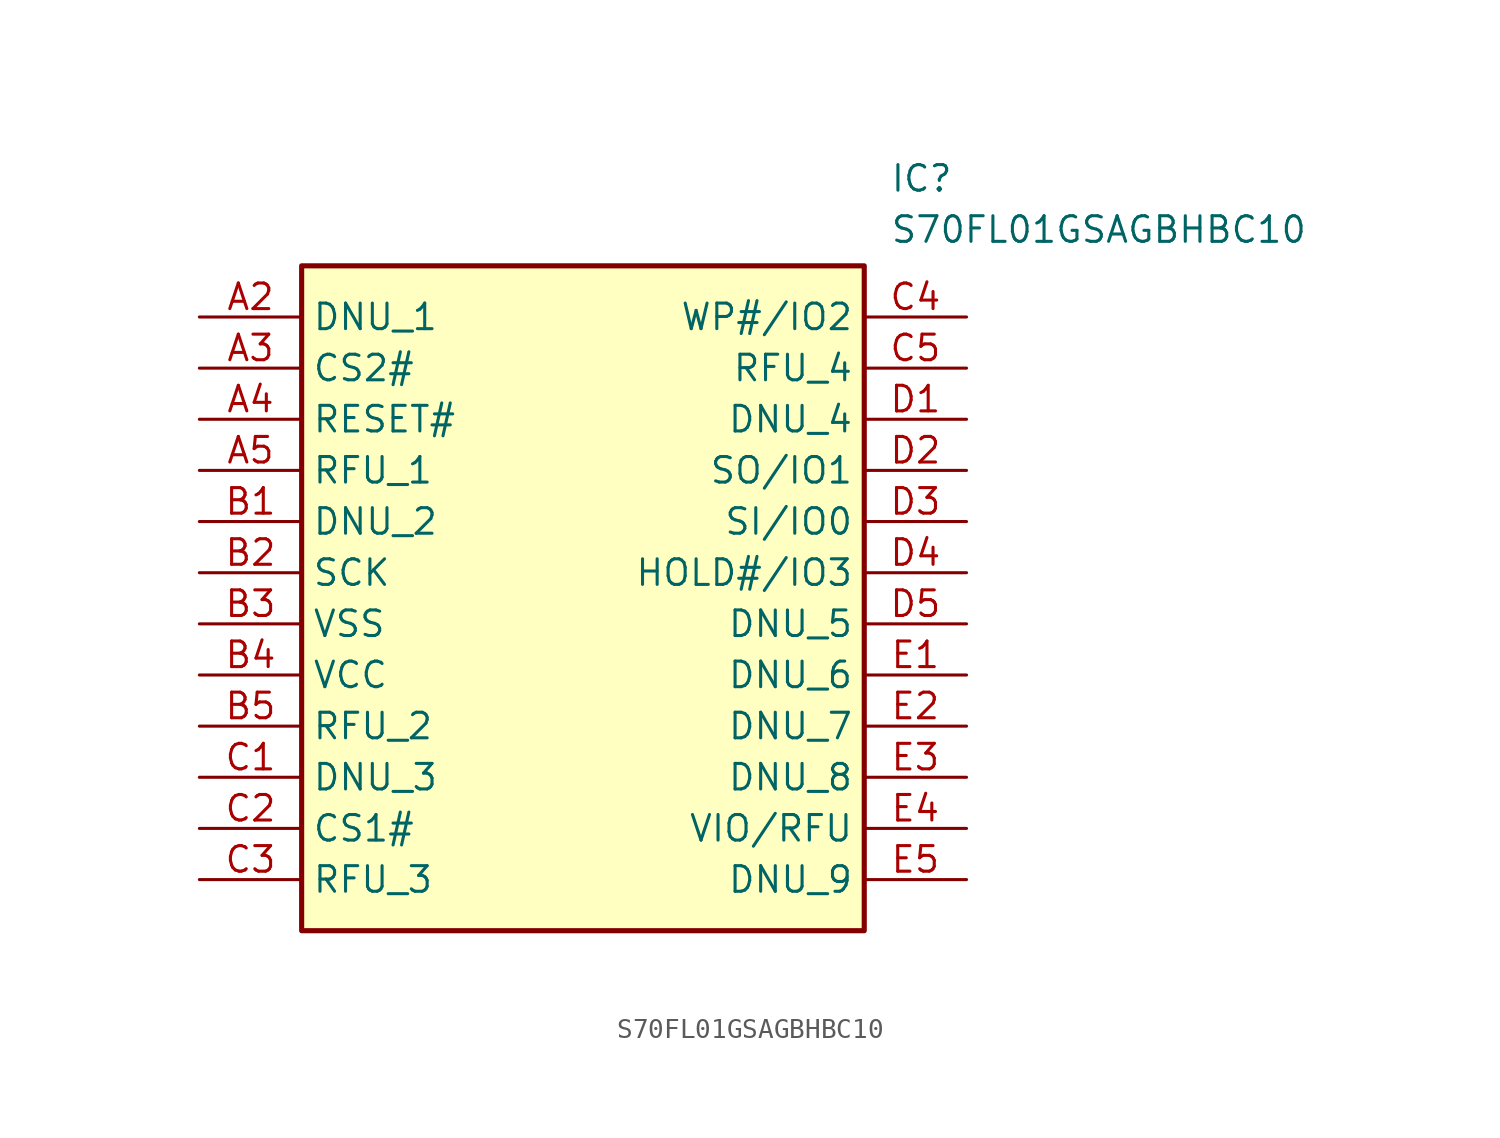
<source format=kicad_sym>
(kicad_symbol_lib
  (version 20211014)
  (generator SamacSys_ECAD_Model)
  (symbol "S70FL01GSAGBHBC10"
    (property "Reference" "IC"
      (at 34.29 7.62 0)
      (effects (font (size 1.27 1.27)) (justify left top)))
    (property "Value" "S70FL01GSAGBHBC10"
      (at 34.29 5.08 0)
      (effects (font (size 1.27 1.27)) (justify left top)))
    (rectangle
      (start 5.08 2.54)
      (end 33.02 -30.48)
      (stroke (width 0.254) (type default))
      (fill (type background)))
    (pin passive line
      (at 0 0 0)
      (length 5.08)
      (name "DNU_1" (effects (font (size 1.27 1.27))))
      (number "A2" (effects (font (size 1.27 1.27)))))
    (pin passive line
      (at 0 -2.54 0)
      (length 5.08)
      (name "CS2#" (effects (font (size 1.27 1.27))))
      (number "A3" (effects (font (size 1.27 1.27)))))
    (pin passive line
      (at 0 -5.08 0)
      (length 5.08)
      (name "RESET#" (effects (font (size 1.27 1.27))))
      (number "A4" (effects (font (size 1.27 1.27)))))
    (pin passive line
      (at 0 -7.62 0)
      (length 5.08)
      (name "RFU_1" (effects (font (size 1.27 1.27))))
      (number "A5" (effects (font (size 1.27 1.27)))))
    (pin passive line
      (at 0 -10.16 0)
      (length 5.08)
      (name "DNU_2" (effects (font (size 1.27 1.27))))
      (number "B1" (effects (font (size 1.27 1.27)))))
    (pin passive line
      (at 0 -12.7 0)
      (length 5.08)
      (name "SCK" (effects (font (size 1.27 1.27))))
      (number "B2" (effects (font (size 1.27 1.27)))))
    (pin passive line
      (at 0 -15.24 0)
      (length 5.08)
      (name "VSS" (effects (font (size 1.27 1.27))))
      (number "B3" (effects (font (size 1.27 1.27)))))
    (pin passive line
      (at 0 -17.78 0)
      (length 5.08)
      (name "VCC" (effects (font (size 1.27 1.27))))
      (number "B4" (effects (font (size 1.27 1.27)))))
    (pin passive line
      (at 0 -20.32 0)
      (length 5.08)
      (name "RFU_2" (effects (font (size 1.27 1.27))))
      (number "B5" (effects (font (size 1.27 1.27)))))
    (pin passive line
      (at 0 -22.86 0)
      (length 5.08)
      (name "DNU_3" (effects (font (size 1.27 1.27))))
      (number "C1" (effects (font (size 1.27 1.27)))))
    (pin passive line
      (at 0 -25.4 0)
      (length 5.08)
      (name "CS1#" (effects (font (size 1.27 1.27))))
      (number "C2" (effects (font (size 1.27 1.27)))))
    (pin passive line
      (at 0 -27.94 0)
      (length 5.08)
      (name "RFU_3" (effects (font (size 1.27 1.27))))
      (number "C3" (effects (font (size 1.27 1.27)))))
    (pin passive line
      (at 38.1 0 180)
      (length 5.08)
      (name "WP#/IO2" (effects (font (size 1.27 1.27))))
      (number "C4" (effects (font (size 1.27 1.27)))))
    (pin passive line
      (at 38.1 -2.54 180)
      (length 5.08)
      (name "RFU_4" (effects (font (size 1.27 1.27))))
      (number "C5" (effects (font (size 1.27 1.27)))))
    (pin passive line
      (at 38.1 -5.08 180)
      (length 5.08)
      (name "DNU_4" (effects (font (size 1.27 1.27))))
      (number "D1" (effects (font (size 1.27 1.27)))))
    (pin passive line
      (at 38.1 -7.62 180)
      (length 5.08)
      (name "SO/IO1" (effects (font (size 1.27 1.27))))
      (number "D2" (effects (font (size 1.27 1.27)))))
    (pin passive line
      (at 38.1 -10.16 180)
      (length 5.08)
      (name "SI/IO0" (effects (font (size 1.27 1.27))))
      (number "D3" (effects (font (size 1.27 1.27)))))
    (pin passive line
      (at 38.1 -12.7 180)
      (length 5.08)
      (name "HOLD#/IO3" (effects (font (size 1.27 1.27))))
      (number "D4" (effects (font (size 1.27 1.27)))))
    (pin passive line
      (at 38.1 -15.24 180)
      (length 5.08)
      (name "DNU_5" (effects (font (size 1.27 1.27))))
      (number "D5" (effects (font (size 1.27 1.27)))))
    (pin passive line
      (at 38.1 -17.78 180)
      (length 5.08)
      (name "DNU_6" (effects (font (size 1.27 1.27))))
      (number "E1" (effects (font (size 1.27 1.27)))))
    (pin passive line
      (at 38.1 -20.32 180)
      (length 5.08)
      (name "DNU_7" (effects (font (size 1.27 1.27))))
      (number "E2" (effects (font (size 1.27 1.27)))))
    (pin passive line
      (at 38.1 -22.86 180)
      (length 5.08)
      (name "DNU_8" (effects (font (size 1.27 1.27))))
      (number "E3" (effects (font (size 1.27 1.27)))))
    (pin passive line
      (at 38.1 -25.4 180)
      (length 5.08)
      (name "VIO/RFU" (effects (font (size 1.27 1.27))))
      (number "E4" (effects (font (size 1.27 1.27)))))
    (pin passive line
      (at 38.1 -27.94 180)
      (length 5.08)
      (name "DNU_9" (effects (font (size 1.27 1.27))))
      (number "E5" (effects (font (size 1.27 1.27)))))))
</source>
